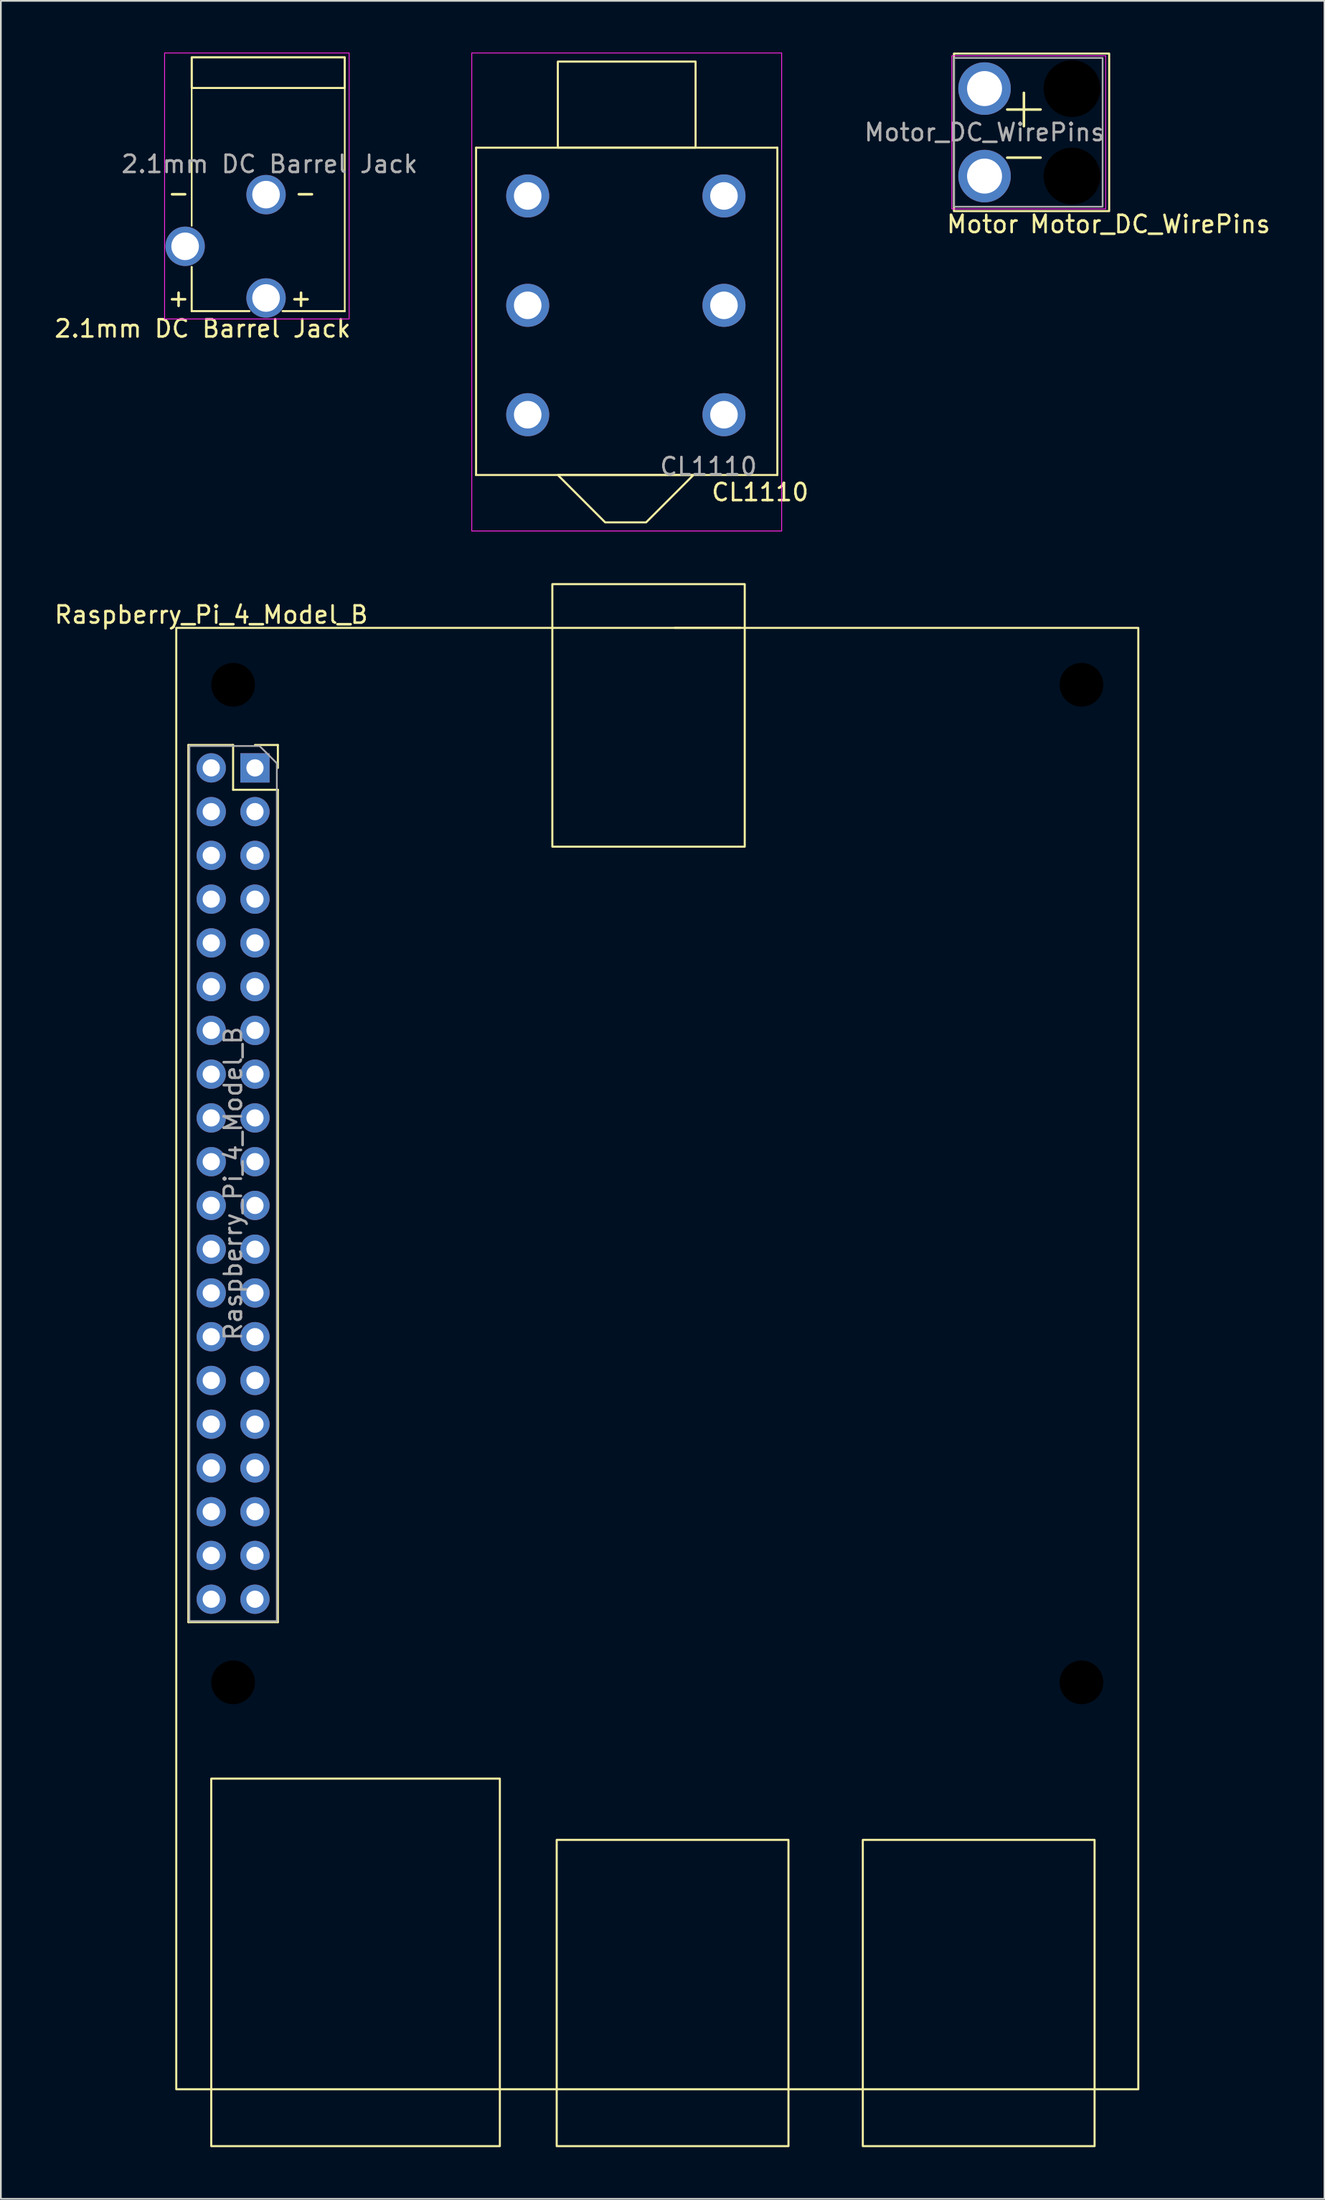
<source format=kicad_pcb>
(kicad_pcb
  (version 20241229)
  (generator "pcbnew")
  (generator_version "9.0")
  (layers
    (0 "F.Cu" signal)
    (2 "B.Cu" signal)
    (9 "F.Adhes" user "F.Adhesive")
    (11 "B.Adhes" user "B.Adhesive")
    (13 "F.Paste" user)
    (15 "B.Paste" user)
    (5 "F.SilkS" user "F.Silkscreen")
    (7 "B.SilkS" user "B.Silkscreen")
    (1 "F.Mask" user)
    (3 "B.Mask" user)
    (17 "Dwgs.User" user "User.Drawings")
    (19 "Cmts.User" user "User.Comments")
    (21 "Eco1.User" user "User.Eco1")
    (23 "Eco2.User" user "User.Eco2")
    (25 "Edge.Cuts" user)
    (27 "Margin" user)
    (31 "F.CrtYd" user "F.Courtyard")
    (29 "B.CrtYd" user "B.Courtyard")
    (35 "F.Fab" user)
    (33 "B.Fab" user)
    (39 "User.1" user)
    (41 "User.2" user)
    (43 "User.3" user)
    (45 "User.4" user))
  (footprint "CL1110"
    (layer "F.Cu")
    (at 27.602 21.025)
    (property "Reference" "CL1110" (at 13.5 4.5 0) (unlocked yes) (layer "F.SilkS") (effects (font (size 1 1) (thickness 0.15))))
    (attr through_hole)
    (fp_line (start -3 -15.5) (end -3 3.5) (stroke (width 0.12) (type solid)) (layer "F.SilkS"))
    (fp_line (start -3 3.5) (end 14.5 3.5) (stroke (width 0.12) (type solid)) (layer "F.SilkS"))
    (fp_line (start 14.5 -15.5) (end -3 -15.5) (stroke (width 0.12) (type solid)) (layer "F.SilkS"))
    (fp_line (start 14.5 3.5) (end 14.5 -15.5) (stroke (width 0.12) (type solid)) (layer "F.SilkS"))
    (fp_rect (start 9.75 -15.5) (end 1.75 -20.5) (stroke (width 0.12) (type solid)) (fill no) (layer "F.SilkS"))
    (fp_poly (pts (xy 6.875 6.25) (xy 4.5 6.25) (xy 1.75 3.5) (xy 9.625 3.5)) (stroke (width 0.12) (type solid)) (fill no) (layer "F.SilkS"))
    (fp_rect (start 14.75 -21) (end -3.25 6.75) (stroke (width 0.05) (type solid)) (fill no) (layer "F.CrtYd"))
    (fp_text user "${REFERENCE}" (at 10.5 3 0) (unlocked yes) (layer "F.Fab") (effects (font (size 1 1) (thickness 0.15))))
    (pad "1" thru_hole circle (at 0 0) (size 2.5 2.5) (drill 1.6) (layers "*.Cu" "*.Mask"))
    (pad "2" thru_hole circle (at 0 -12.7) (size 2.5 2.5) (drill 1.6) (layers "*.Cu" "*.Mask"))
    (pad "3" thru_hole circle (at 11.4 0) (size 2.5 2.5) (drill 1.6) (layers "*.Cu" "*.Mask"))
    (pad "4" thru_hole circle (at 11.4 -12.7) (size 2.5 2.5) (drill 1.6) (layers "*.Cu" "*.Mask"))
    (pad "5" thru_hole circle (at 0 -6.35) (size 2.5 2.5) (drill 1.6) (layers "*.Cu" "*.Mask"))
    (pad "6" thru_hole circle (at 11.4 -6.35) (size 2.5 2.5) (drill 1.6) (layers "*.Cu" "*.Mask")))
  (footprint "2.1mm DC Barrel Jack"
    (layer "F.Cu")
    (at 12.403 14.249)
    (property "Reference" "2.1mm DC Barrel Jack" (at -3.683 1.778 0) (unlocked yes) (layer "F.SilkS") (effects (font (size 1 1) (thickness 0.15))))
    (attr through_hole)
    (fp_line (start -4.318 -13.97) (end -4.318 -4.191) (stroke (width 0.1) (type solid)) (layer "F.SilkS"))
    (fp_line (start -4.318 0.762) (end -4.318 -1.803) (stroke (width 0.12) (type solid)) (layer "F.SilkS"))
    (fp_line (start -4.318 0.762) (end -0.965 0.762) (stroke (width 0.12) (type solid)) (layer "F.SilkS"))
    (fp_line (start 4.572 -13.97) (end -4.318 -13.97) (stroke (width 0.1) (type solid)) (layer "F.SilkS"))
    (fp_line (start 4.572 0.762) (end 0.965 0.762) (stroke (width 0.12) (type solid)) (layer "F.SilkS"))
    (fp_line (start 4.572 0.762) (end 4.572 -13.97) (stroke (width 0.1) (type solid)) (layer "F.SilkS"))
    (fp_rect (start 4.572 -13.97) (end -4.318 -12.192) (stroke (width 0.12) (type solid)) (fill no) (layer "F.SilkS"))
    (fp_rect (start 4.826 1.219) (end -5.893 -14.224) (stroke (width 0.05) (type solid)) (fill no) (layer "F.CrtYd"))
    (fp_text user "+" (at 2.032 0 0) (unlocked yes) (layer "F.SilkS") (effects (font (size 1 1) (thickness 0.15))))
    (fp_text user "-" (at 2.286 -6.096 0) (unlocked yes) (layer "F.SilkS") (effects (font (size 1 1) (thickness 0.15))))
    (fp_text user "+" (at -5.08 0 0) (unlocked yes) (layer "F.SilkS") (effects (font (size 1 1) (thickness 0.15))))
    (fp_text user "-" (at -5.08 -6.096 0) (unlocked yes) (layer "F.SilkS") (effects (font (size 1 1) (thickness 0.15))))
    (fp_text user "${REFERENCE}" (at 0.203 -7.772 0) (unlocked yes) (layer "F.Fab") (effects (font (size 1 1) (thickness 0.15))))
    (pad "1" thru_hole circle (at 0 0) (size 2.286 2.286) (drill 1.6) (layers "*.Cu" "*.Mask"))
    (pad "2" thru_hole circle (at 0 -6) (size 2.286 2.286) (drill 1.6) (layers "*.Cu" "*.Mask"))
    (pad "3" thru_hole circle (at -4.7 -3) (size 2.286 2.286) (drill 1.6) (layers "*.Cu" "*.Mask")))
  (footprint "Raspberry_Pi_4_Model_B"
    (layer "F.Cu")
    (at 55.702 38.988)
    (property "Reference" "Raspberry_Pi_4_Model_B" (at -46.482 -6.35 0) (layer "F.SilkS") (effects (font (size 1 1) (thickness 0.15))))
    (attr through_hole)
    (fp_line (start -47.812 1.21) (end -47.812 52.13) (stroke (width 0.12) (type solid)) (layer "F.SilkS"))
    (fp_line (start -47.812 1.21) (end -45.212 1.21) (stroke (width 0.12) (type solid)) (layer "F.SilkS"))
    (fp_line (start -47.812 52.13) (end -42.612 52.13) (stroke (width 0.12) (type solid)) (layer "F.SilkS"))
    (fp_line (start -45.212 1.21) (end -45.212 3.81) (stroke (width 0.12) (type solid)) (layer "F.SilkS"))
    (fp_line (start -45.212 3.81) (end -42.612 3.81) (stroke (width 0.12) (type solid)) (layer "F.SilkS"))
    (fp_line (start -43.942 1.21) (end -42.612 1.21) (stroke (width 0.12) (type solid)) (layer "F.SilkS"))
    (fp_line (start -42.612 1.21) (end -42.612 2.54) (stroke (width 0.12) (type solid)) (layer "F.SilkS"))
    (fp_line (start -42.612 3.81) (end -42.612 52.13) (stroke (width 0.12) (type solid)) (layer "F.SilkS"))
    (fp_line (start -15.748 -5.588) (end -19.558 -5.588) (stroke (width 0.12) (type solid)) (layer "F.SilkS"))
    (fp_rect (start -46.482 82.55) (end -29.718 61.214) (stroke (width 0.12) (type solid)) (fill no) (layer "F.SilkS"))
    (fp_rect (start -26.67 -8.128) (end -15.494 7.112) (stroke (width 0.12) (type solid)) (fill no) (layer "F.SilkS"))
    (fp_rect (start -26.416 82.55) (end -12.954 64.77) (stroke (width 0.12) (type solid)) (fill no) (layer "F.SilkS"))
    (fp_rect (start -8.636 82.55) (end 4.826 64.77) (stroke (width 0.12) (type solid)) (fill no) (layer "F.SilkS"))
    (fp_rect (start 7.366 -5.588) (end -48.514 79.248) (stroke (width 0.12) (type solid)) (fill no) (layer "F.SilkS"))
    (fp_line (start -47.752 1.27) (end -43.672 1.27) (stroke (width 0.1) (type solid)) (layer "F.Fab"))
    (fp_line (start -47.752 52.07) (end -47.752 1.27) (stroke (width 0.1) (type solid)) (layer "F.Fab"))
    (fp_line (start -43.672 1.27) (end -42.672 2.27) (stroke (width 0.1) (type solid)) (layer "F.Fab"))
    (fp_line (start -42.672 2.27) (end -42.672 52.07) (stroke (width 0.1) (type solid)) (layer "F.Fab"))
    (fp_line (start -42.672 52.07) (end -47.752 52.07) (stroke (width 0.1) (type solid)) (layer "F.Fab"))
    (fp_rect (start -48.514 79.248) (end 7.366 82.55) (stroke (width 0.12) (type solid)) (fill no) (layer "User.1"))
    (fp_text user "${REFERENCE}" (at -45.212 26.67 90) (layer "F.Fab") (effects (font (size 1 1) (thickness 0.15))))
    (pad "" np_thru_hole circle (at -45.212 -2.286) (size 2.54 2.54) (drill 2.54) (layers "*.Mask"))
    (pad "" np_thru_hole circle (at -45.212 55.626) (size 2.54 2.54) (drill 2.54) (layers "*.Mask"))
    (pad "" np_thru_hole circle (at 4.064 -2.286) (size 2.54 2.54) (drill 2.54) (layers "*.Mask"))
    (pad "" np_thru_hole circle (at 4.064 55.626) (size 2.54 2.54) (drill 2.54) (layers "*.Mask"))
    (pad "1" thru_hole rect (at -43.942 2.54) (size 1.7 1.7) (drill 1) (layers "*.Cu" "*.Mask"))
    (pad "2" thru_hole oval (at -46.482 2.54) (size 1.7 1.7) (drill 1) (layers "*.Cu" "*.Mask"))
    (pad "3" thru_hole oval (at -43.942 5.08) (size 1.7 1.7) (drill 1) (layers "*.Cu" "*.Mask"))
    (pad "4" thru_hole oval (at -46.482 5.08) (size 1.7 1.7) (drill 1) (layers "*.Cu" "*.Mask"))
    (pad "5" thru_hole oval (at -43.942 7.62) (size 1.7 1.7) (drill 1) (layers "*.Cu" "*.Mask"))
    (pad "6" thru_hole oval (at -46.482 7.62) (size 1.7 1.7) (drill 1) (layers "*.Cu" "*.Mask"))
    (pad "7" thru_hole oval (at -43.942 10.16) (size 1.7 1.7) (drill 1) (layers "*.Cu" "*.Mask"))
    (pad "8" thru_hole oval (at -46.482 10.16) (size 1.7 1.7) (drill 1) (layers "*.Cu" "*.Mask"))
    (pad "9" thru_hole oval (at -43.942 12.7) (size 1.7 1.7) (drill 1) (layers "*.Cu" "*.Mask"))
    (pad "10" thru_hole oval (at -46.482 12.7) (size 1.7 1.7) (drill 1) (layers "*.Cu" "*.Mask"))
    (pad "11" thru_hole oval (at -43.942 15.24) (size 1.7 1.7) (drill 1) (layers "*.Cu" "*.Mask"))
    (pad "12" thru_hole oval (at -46.482 15.24) (size 1.7 1.7) (drill 1) (layers "*.Cu" "*.Mask"))
    (pad "13" thru_hole oval (at -43.942 17.78) (size 1.7 1.7) (drill 1) (layers "*.Cu" "*.Mask"))
    (pad "14" thru_hole oval (at -46.482 17.78) (size 1.7 1.7) (drill 1) (layers "*.Cu" "*.Mask"))
    (pad "15" thru_hole oval (at -43.942 20.32) (size 1.7 1.7) (drill 1) (layers "*.Cu" "*.Mask"))
    (pad "16" thru_hole oval (at -46.482 20.32) (size 1.7 1.7) (drill 1) (layers "*.Cu" "*.Mask"))
    (pad "17" thru_hole oval (at -43.942 22.86) (size 1.7 1.7) (drill 1) (layers "*.Cu" "*.Mask"))
    (pad "18" thru_hole oval (at -46.482 22.86) (size 1.7 1.7) (drill 1) (layers "*.Cu" "*.Mask"))
    (pad "19" thru_hole oval (at -43.942 25.4) (size 1.7 1.7) (drill 1) (layers "*.Cu" "*.Mask"))
    (pad "20" thru_hole oval (at -46.482 25.4) (size 1.7 1.7) (drill 1) (layers "*.Cu" "*.Mask"))
    (pad "21" thru_hole oval (at -43.942 27.94) (size 1.7 1.7) (drill 1) (layers "*.Cu" "*.Mask"))
    (pad "22" thru_hole oval (at -46.482 27.94) (size 1.7 1.7) (drill 1) (layers "*.Cu" "*.Mask"))
    (pad "23" thru_hole oval (at -43.942 30.48) (size 1.7 1.7) (drill 1) (layers "*.Cu" "*.Mask"))
    (pad "24" thru_hole oval (at -46.482 30.48) (size 1.7 1.7) (drill 1) (layers "*.Cu" "*.Mask"))
    (pad "25" thru_hole oval (at -43.942 33.02) (size 1.7 1.7) (drill 1) (layers "*.Cu" "*.Mask"))
    (pad "26" thru_hole oval (at -46.482 33.02) (size 1.7 1.7) (drill 1) (layers "*.Cu" "*.Mask"))
    (pad "27" thru_hole oval (at -43.942 35.56) (size 1.7 1.7) (drill 1) (layers "*.Cu" "*.Mask"))
    (pad "28" thru_hole oval (at -46.482 35.56) (size 1.7 1.7) (drill 1) (layers "*.Cu" "*.Mask"))
    (pad "29" thru_hole oval (at -43.942 38.1) (size 1.7 1.7) (drill 1) (layers "*.Cu" "*.Mask"))
    (pad "30" thru_hole oval (at -46.482 38.1) (size 1.7 1.7) (drill 1) (layers "*.Cu" "*.Mask"))
    (pad "31" thru_hole oval (at -43.942 40.64) (size 1.7 1.7) (drill 1) (layers "*.Cu" "*.Mask"))
    (pad "32" thru_hole oval (at -46.482 40.64) (size 1.7 1.7) (drill 1) (layers "*.Cu" "*.Mask"))
    (pad "33" thru_hole oval (at -43.942 43.18) (size 1.7 1.7) (drill 1) (layers "*.Cu" "*.Mask"))
    (pad "34" thru_hole oval (at -46.482 43.18) (size 1.7 1.7) (drill 1) (layers "*.Cu" "*.Mask"))
    (pad "35" thru_hole oval (at -43.942 45.72) (size 1.7 1.7) (drill 1) (layers "*.Cu" "*.Mask"))
    (pad "36" thru_hole oval (at -46.482 45.72) (size 1.7 1.7) (drill 1) (layers "*.Cu" "*.Mask"))
    (pad "37" thru_hole oval (at -43.942 48.26) (size 1.7 1.7) (drill 1) (layers "*.Cu" "*.Mask"))
    (pad "38" thru_hole oval (at -46.482 48.26) (size 1.7 1.7) (drill 1) (layers "*.Cu" "*.Mask"))
    (pad "39" thru_hole oval (at -43.942 50.8) (size 1.7 1.7) (drill 1) (layers "*.Cu" "*.Mask"))
    (pad "40" thru_hole oval (at -46.482 50.8) (size 1.7 1.7) (drill 1) (layers "*.Cu" "*.Mask")))
  (footprint "Motor_DC_WirePins"
    (layer "F.Cu")
    (at 54.137 2.092)
    (property "Reference" "Motor_DC_WirePins" (at 2.54 7.874 0) (unlocked yes) (layer "F.SilkS") (effects (font (size 1 1) (thickness 0.15)) (justify left)))
    (attr through_hole)
    (fp_rect (start -1.778 -2.032) (end 7.239 7.112) (stroke (width 0.12) (type solid)) (fill no) (layer "F.SilkS"))
    (fp_rect (start -1.905 -1.905) (end 7.036 6.985) (stroke (width 0.05) (type solid)) (fill no) (layer "F.CrtYd"))
    (fp_rect (start -1.778 -1.778) (end 6.858 6.858) (stroke (width 0.1) (type solid)) (fill no) (layer "F.Fab"))
    (fp_text user "Motor" (at -2.286 7.874 0) (unlocked yes) (layer "F.SilkS") (effects (font (size 1 1) (thickness 0.15)) (justify left)))
    (fp_text user "+" (at 2.286 1.016 0) (unlocked yes) (layer "F.SilkS") (effects (font (size 2.54 2.54) (thickness 0.15))))
    (fp_text user "-" (at 2.286 3.81 0) (unlocked yes) (layer "F.SilkS") (effects (font (size 2.54 2.54) (thickness 0.15))))
    (fp_text user "${REFERENCE}" (at 0 2.54 0) (unlocked yes) (layer "F.Fab") (effects (font (size 1 1) (thickness 0.15))))
    (pad "" np_thru_hole circle (at 5.08 0) (size 3.302 3.302) (drill 3.81) (layers "*.Mask"))
    (pad "" np_thru_hole circle (at 5.08 5.08) (size 3.302 3.302) (drill 3.81) (layers "*.Mask"))
    (pad "1" thru_hole circle (at 0 0) (size 3.048 3.048) (drill 2.032) (layers "*.Cu" "*.Mask"))
    (pad "2" thru_hole circle (at 0 5.08) (size 3.048 3.048) (drill 2.032) (layers "*.Cu" "*.Mask")))
  (gr_rect
    (start -3 -3)
    (end 73.88 124.598)
    (stroke (width 0.1) (type default))
    (fill no)
    (layer "Edge.Cuts")))
</source>
